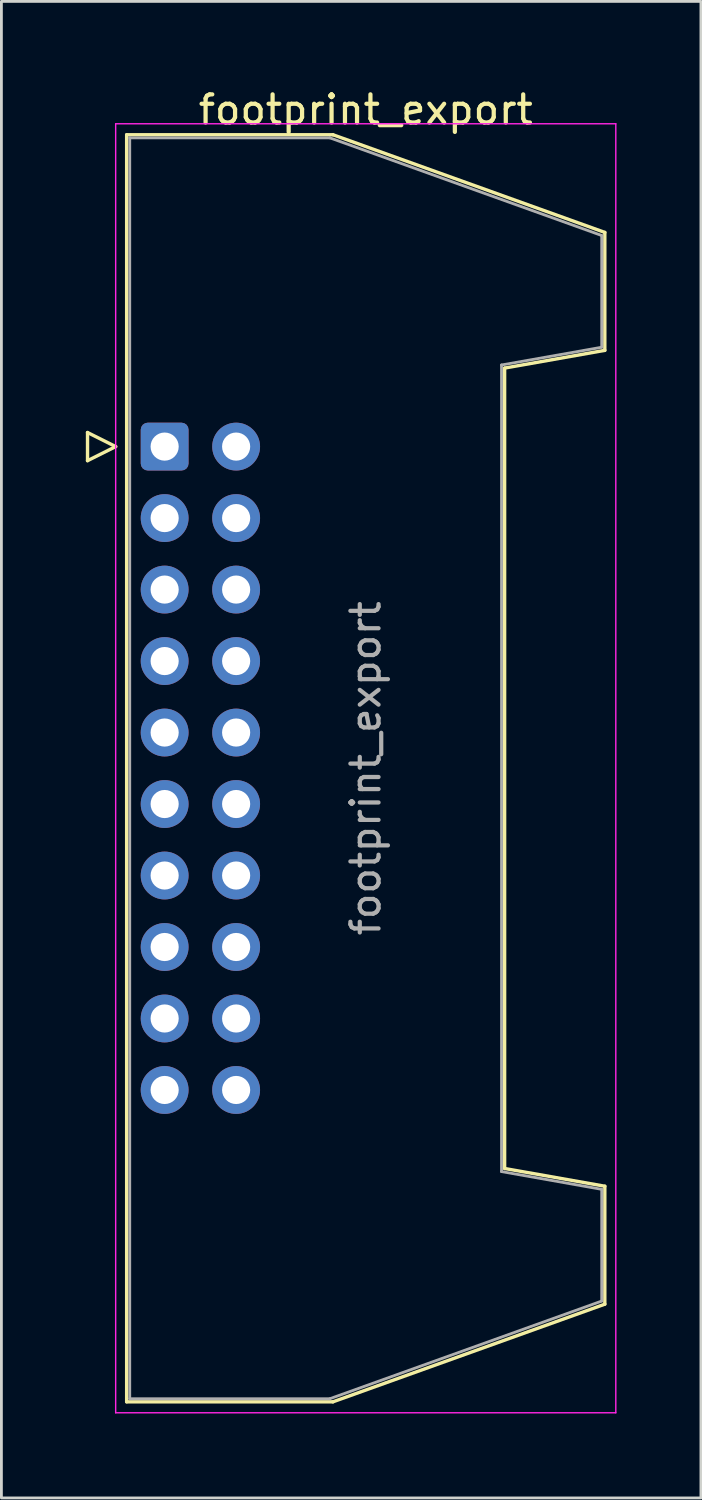
<source format=kicad_pcb>
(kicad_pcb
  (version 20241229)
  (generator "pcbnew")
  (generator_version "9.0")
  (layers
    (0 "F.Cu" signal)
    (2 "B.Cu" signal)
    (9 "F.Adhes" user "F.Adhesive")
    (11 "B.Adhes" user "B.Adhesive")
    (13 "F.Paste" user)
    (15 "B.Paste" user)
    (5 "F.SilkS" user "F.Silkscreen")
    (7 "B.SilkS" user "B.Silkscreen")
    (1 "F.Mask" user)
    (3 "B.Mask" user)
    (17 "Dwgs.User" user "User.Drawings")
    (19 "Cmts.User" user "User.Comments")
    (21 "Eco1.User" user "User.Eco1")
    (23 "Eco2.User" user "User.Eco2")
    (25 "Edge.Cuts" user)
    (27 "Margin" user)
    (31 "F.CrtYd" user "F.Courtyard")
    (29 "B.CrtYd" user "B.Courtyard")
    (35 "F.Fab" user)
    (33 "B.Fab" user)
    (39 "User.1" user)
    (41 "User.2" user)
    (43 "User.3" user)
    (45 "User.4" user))
  (footprint "footprint_export"
    (layer "F.Cu")
    (at 2.8 12.818)
    (property "Reference" "footprint_export" (at 7.145 -11.97 0) (layer "F.SilkS") (effects (font (size 1 1) (thickness 0.15))))
    (attr through_hole)
    (fp_line (start -2.74 -0.5) (end -2.74 0.5) (stroke (width 0.12) (type solid)) (layer "F.SilkS"))
    (fp_line (start -2.74 0.5) (end -1.74 0) (stroke (width 0.12) (type solid)) (layer "F.SilkS"))
    (fp_line (start -1.74 0) (end -2.74 -0.5) (stroke (width 0.12) (type solid)) (layer "F.SilkS"))
    (fp_line (start -1.35 -11.08) (end 5.98 -11.08) (stroke (width 0.12) (type solid)) (layer "F.SilkS"))
    (fp_line (start -1.35 33.94) (end -1.35 -11.08) (stroke (width 0.12) (type solid)) (layer "F.SilkS"))
    (fp_line (start 5.98 -11.08) (end 15.64 -7.61) (stroke (width 0.12) (type solid)) (layer "F.SilkS"))
    (fp_line (start 5.98 33.94) (end -1.35 33.94) (stroke (width 0.12) (type solid)) (layer "F.SilkS"))
    (fp_line (start 12.08 -2.79) (end 12.08 25.65) (stroke (width 0.12) (type solid)) (layer "F.SilkS"))
    (fp_line (start 12.08 25.65) (end 15.64 26.28) (stroke (width 0.12) (type solid)) (layer "F.SilkS"))
    (fp_line (start 15.64 -7.61) (end 15.64 -3.42) (stroke (width 0.12) (type solid)) (layer "F.SilkS"))
    (fp_line (start 15.64 -3.42) (end 12.08 -2.79) (stroke (width 0.12) (type solid)) (layer "F.SilkS"))
    (fp_line (start 15.64 26.28) (end 15.64 30.47) (stroke (width 0.12) (type solid)) (layer "F.SilkS"))
    (fp_line (start 15.64 30.47) (end 5.98 33.94) (stroke (width 0.12) (type solid)) (layer "F.SilkS"))
    (fp_line (start -1.74 -11.47) (end -1.74 34.33) (stroke (width 0.05) (type solid)) (layer "F.CrtYd"))
    (fp_line (start -1.74 34.33) (end 16.03 34.33) (stroke (width 0.05) (type solid)) (layer "F.CrtYd"))
    (fp_line (start 16.03 -11.47) (end -1.74 -11.47) (stroke (width 0.05) (type solid)) (layer "F.CrtYd"))
    (fp_line (start 16.03 34.33) (end 16.03 -11.47) (stroke (width 0.05) (type solid)) (layer "F.CrtYd"))
    (fp_line (start -1.24 -10.97) (end 5.87 -10.97) (stroke (width 0.1) (type solid)) (layer "F.Fab"))
    (fp_line (start -1.24 33.83) (end -1.24 -10.97) (stroke (width 0.1) (type solid)) (layer "F.Fab"))
    (fp_line (start 5.87 -10.97) (end 15.53 -7.5) (stroke (width 0.1) (type solid)) (layer "F.Fab"))
    (fp_line (start 5.87 33.83) (end -1.24 33.83) (stroke (width 0.1) (type solid)) (layer "F.Fab"))
    (fp_line (start 11.97 -2.9) (end 11.97 25.76) (stroke (width 0.1) (type solid)) (layer "F.Fab"))
    (fp_line (start 11.97 25.76) (end 15.53 26.39) (stroke (width 0.1) (type solid)) (layer "F.Fab"))
    (fp_line (start 15.53 -7.5) (end 15.53 -3.53) (stroke (width 0.1) (type solid)) (layer "F.Fab"))
    (fp_line (start 15.53 -3.53) (end 11.97 -2.9) (stroke (width 0.1) (type solid)) (layer "F.Fab"))
    (fp_line (start 15.53 26.39) (end 15.53 30.36) (stroke (width 0.1) (type solid)) (layer "F.Fab"))
    (fp_line (start 15.53 30.36) (end 5.87 33.83) (stroke (width 0.1) (type solid)) (layer "F.Fab"))
    (fp_text user "${REFERENCE}" (at 7.145 11.43 90) (layer "F.Fab") (effects (font (size 1 1) (thickness 0.15))))
    (pad "1" thru_hole roundrect (at 0 0) (size 1.7 1.7) (drill 1) (layers "*.Cu" "*.Mask") (roundrect_rratio 0.147))
    (pad "2" thru_hole circle (at 2.54 0) (size 1.7 1.7) (drill 1) (layers "*.Cu" "*.Mask"))
    (pad "3" thru_hole circle (at 0 2.54) (size 1.7 1.7) (drill 1) (layers "*.Cu" "*.Mask"))
    (pad "4" thru_hole circle (at 2.54 2.54) (size 1.7 1.7) (drill 1) (layers "*.Cu" "*.Mask"))
    (pad "5" thru_hole circle (at 0 5.08) (size 1.7 1.7) (drill 1) (layers "*.Cu" "*.Mask"))
    (pad "6" thru_hole circle (at 2.54 5.08) (size 1.7 1.7) (drill 1) (layers "*.Cu" "*.Mask"))
    (pad "7" thru_hole circle (at 0 7.62) (size 1.7 1.7) (drill 1) (layers "*.Cu" "*.Mask"))
    (pad "8" thru_hole circle (at 2.54 7.62) (size 1.7 1.7) (drill 1) (layers "*.Cu" "*.Mask"))
    (pad "9" thru_hole circle (at 0 10.16) (size 1.7 1.7) (drill 1) (layers "*.Cu" "*.Mask"))
    (pad "10" thru_hole circle (at 2.54 10.16) (size 1.7 1.7) (drill 1) (layers "*.Cu" "*.Mask"))
    (pad "11" thru_hole circle (at 0 12.7) (size 1.7 1.7) (drill 1) (layers "*.Cu" "*.Mask"))
    (pad "12" thru_hole circle (at 2.54 12.7) (size 1.7 1.7) (drill 1) (layers "*.Cu" "*.Mask"))
    (pad "13" thru_hole circle (at 0 15.24) (size 1.7 1.7) (drill 1) (layers "*.Cu" "*.Mask"))
    (pad "14" thru_hole circle (at 2.54 15.24) (size 1.7 1.7) (drill 1) (layers "*.Cu" "*.Mask"))
    (pad "15" thru_hole circle (at 0 17.78) (size 1.7 1.7) (drill 1) (layers "*.Cu" "*.Mask"))
    (pad "16" thru_hole circle (at 2.54 17.78) (size 1.7 1.7) (drill 1) (layers "*.Cu" "*.Mask"))
    (pad "17" thru_hole circle (at 0 20.32) (size 1.7 1.7) (drill 1) (layers "*.Cu" "*.Mask"))
    (pad "18" thru_hole circle (at 2.54 20.32) (size 1.7 1.7) (drill 1) (layers "*.Cu" "*.Mask"))
    (pad "19" thru_hole circle (at 0 22.86) (size 1.7 1.7) (drill 1) (layers "*.Cu" "*.Mask"))
    (pad "20" thru_hole circle (at 2.54 22.86) (size 1.7 1.7) (drill 1) (layers "*.Cu" "*.Mask")))
  (gr_rect
    (start -3 -3)
    (end 21.855 50.173)
    (stroke (width 0.1) (type default))
    (fill no)
    (layer "Edge.Cuts")))
</source>
